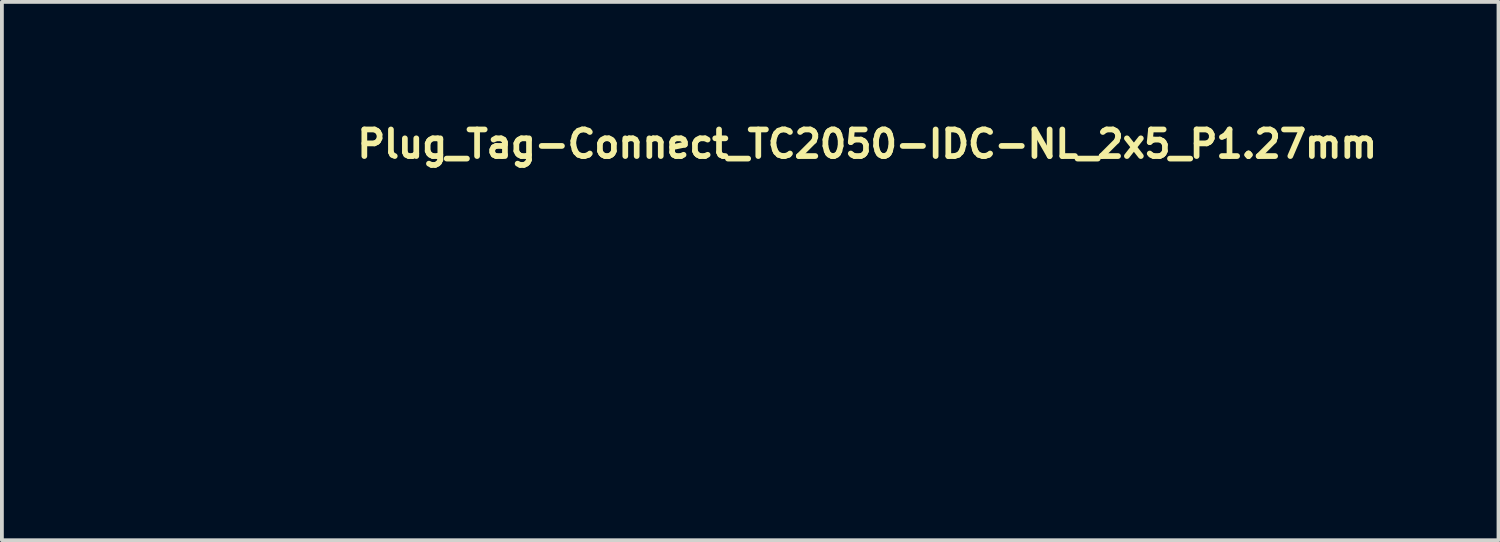
<source format=kicad_pcb>
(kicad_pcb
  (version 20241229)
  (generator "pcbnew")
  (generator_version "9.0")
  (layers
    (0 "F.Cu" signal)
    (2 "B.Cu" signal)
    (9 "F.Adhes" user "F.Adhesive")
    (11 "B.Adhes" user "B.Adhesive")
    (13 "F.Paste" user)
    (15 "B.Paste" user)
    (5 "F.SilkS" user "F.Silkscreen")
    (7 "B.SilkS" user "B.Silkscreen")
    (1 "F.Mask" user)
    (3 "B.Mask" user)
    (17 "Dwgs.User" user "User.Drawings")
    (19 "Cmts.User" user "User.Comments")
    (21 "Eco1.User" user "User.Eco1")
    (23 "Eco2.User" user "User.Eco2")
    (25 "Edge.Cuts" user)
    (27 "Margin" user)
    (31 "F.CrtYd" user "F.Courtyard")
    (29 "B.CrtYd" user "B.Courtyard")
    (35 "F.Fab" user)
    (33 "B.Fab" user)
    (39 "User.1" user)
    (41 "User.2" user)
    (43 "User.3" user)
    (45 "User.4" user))
  (footprint "Plug_Tag-Connect_TC2050-IDC-NL_2x5_P1.27mm"
    (layer "F.Cu")
    (at 6.272 4.75)
    (property "Reference" "Plug_Tag-Connect_TC2050-IDC-NL_2x5_P1.27mm" (at 0 -3.6 0) (layer "F.SilkS") (effects (font (size 0.7 0.7) (thickness 0.15)) (justify left bottom)))
    (attr exclude_from_pos_files exclude_from_bom)
    (fp_line (start -6.222 -0.07) (end -6.214 -0.211) (stroke (width 0.1) (type solid)) (layer "User.9"))
    (fp_line (start -6.222 0.07) (end -6.222 -0.07) (stroke (width 0.1) (type solid)) (layer "User.9"))
    (fp_line (start -6.214 -0.211) (end -6.199 -0.35) (stroke (width 0.1) (type solid)) (layer "User.9"))
    (fp_line (start -6.214 0.211) (end -6.222 0.07) (stroke (width 0.1) (type solid)) (layer "User.9"))
    (fp_line (start -6.199 -0.35) (end -6.176 -0.489) (stroke (width 0.1) (type solid)) (layer "User.9"))
    (fp_line (start -6.199 0.35) (end -6.214 0.211) (stroke (width 0.1) (type solid)) (layer "User.9"))
    (fp_line (start -6.176 -0.489) (end -6.145 -0.626) (stroke (width 0.1) (type solid)) (layer "User.9"))
    (fp_line (start -6.176 0.489) (end -6.199 0.35) (stroke (width 0.1) (type solid)) (layer "User.9"))
    (fp_line (start -6.145 -0.626) (end -6.106 -0.761) (stroke (width 0.1) (type solid)) (layer "User.9"))
    (fp_line (start -6.145 0.626) (end -6.176 0.489) (stroke (width 0.1) (type solid)) (layer "User.9"))
    (fp_line (start -6.106 -0.761) (end -6.06 -0.894) (stroke (width 0.1) (type solid)) (layer "User.9"))
    (fp_line (start -6.106 0.761) (end -6.145 0.626) (stroke (width 0.1) (type solid)) (layer "User.9"))
    (fp_line (start -6.06 -0.894) (end -6.007 -1.024) (stroke (width 0.1) (type solid)) (layer "User.9"))
    (fp_line (start -6.06 0.894) (end -6.106 0.761) (stroke (width 0.1) (type solid)) (layer "User.9"))
    (fp_line (start -6.007 -1.024) (end -5.947 -1.151) (stroke (width 0.1) (type solid)) (layer "User.9"))
    (fp_line (start -6.007 1.024) (end -6.06 0.894) (stroke (width 0.1) (type solid)) (layer "User.9"))
    (fp_line (start -5.947 -1.151) (end -5.88 -1.275) (stroke (width 0.1) (type solid)) (layer "User.9"))
    (fp_line (start -5.947 1.151) (end -6.007 1.024) (stroke (width 0.1) (type solid)) (layer "User.9"))
    (fp_line (start -5.88 -1.275) (end -5.806 -1.394) (stroke (width 0.1) (type solid)) (layer "User.9"))
    (fp_line (start -5.88 1.275) (end -5.947 1.151) (stroke (width 0.1) (type solid)) (layer "User.9"))
    (fp_line (start -5.806 -1.394) (end -5.726 -1.51) (stroke (width 0.1) (type solid)) (layer "User.9"))
    (fp_line (start -5.806 1.394) (end -5.88 1.275) (stroke (width 0.1) (type solid)) (layer "User.9"))
    (fp_line (start -5.726 -1.51) (end -5.639 -1.62) (stroke (width 0.1) (type solid)) (layer "User.9"))
    (fp_line (start -5.726 1.51) (end -5.806 1.394) (stroke (width 0.1) (type solid)) (layer "User.9"))
    (fp_line (start -5.639 -1.62) (end -5.547 -1.726) (stroke (width 0.1) (type solid)) (layer "User.9"))
    (fp_line (start -5.639 1.62) (end -5.726 1.51) (stroke (width 0.1) (type solid)) (layer "User.9"))
    (fp_line (start -5.547 -1.726) (end -5.448 -1.826) (stroke (width 0.1) (type solid)) (layer "User.9"))
    (fp_line (start -5.547 1.726) (end -5.639 1.62) (stroke (width 0.1) (type solid)) (layer "User.9"))
    (fp_line (start -5.522 -0.06) (end -5.522 0.06) (stroke (width 0.1) (type solid)) (layer "User.9"))
    (fp_line (start -5.522 0.06) (end -5.514 0.179) (stroke (width 0.1) (type solid)) (layer "User.9"))
    (fp_line (start -5.514 -0.179) (end -5.522 -0.06) (stroke (width 0.1) (type solid)) (layer "User.9"))
    (fp_line (start -5.514 0.179) (end -5.499 0.297) (stroke (width 0.1) (type solid)) (layer "User.9"))
    (fp_line (start -5.499 -0.297) (end -5.514 -0.179) (stroke (width 0.1) (type solid)) (layer "User.9"))
    (fp_line (start -5.499 0.297) (end -5.476 0.414) (stroke (width 0.1) (type solid)) (layer "User.9"))
    (fp_line (start -5.476 -0.414) (end -5.499 -0.297) (stroke (width 0.1) (type solid)) (layer "User.9"))
    (fp_line (start -5.476 0.414) (end -5.445 0.529) (stroke (width 0.1) (type solid)) (layer "User.9"))
    (fp_line (start -5.448 -1.826) (end -5.344 -1.921) (stroke (width 0.1) (type solid)) (layer "User.9"))
    (fp_line (start -5.448 1.826) (end -5.547 1.726) (stroke (width 0.1) (type solid)) (layer "User.9"))
    (fp_line (start -5.445 -0.529) (end -5.476 -0.414) (stroke (width 0.1) (type solid)) (layer "User.9"))
    (fp_line (start -5.445 0.529) (end -5.407 0.642) (stroke (width 0.1) (type solid)) (layer "User.9"))
    (fp_line (start -5.407 -0.642) (end -5.445 -0.529) (stroke (width 0.1) (type solid)) (layer "User.9"))
    (fp_line (start -5.407 0.642) (end -5.362 0.753) (stroke (width 0.1) (type solid)) (layer "User.9"))
    (fp_line (start -5.362 -0.753) (end -5.407 -0.642) (stroke (width 0.1) (type solid)) (layer "User.9"))
    (fp_line (start -5.362 0.753) (end -5.31 0.86) (stroke (width 0.1) (type solid)) (layer "User.9"))
    (fp_line (start -5.344 -1.921) (end -5.236 -2.01) (stroke (width 0.1) (type solid)) (layer "User.9"))
    (fp_line (start -5.344 1.921) (end -5.448 1.826) (stroke (width 0.1) (type solid)) (layer "User.9"))
    (fp_line (start -5.31 -0.86) (end -5.362 -0.753) (stroke (width 0.1) (type solid)) (layer "User.9"))
    (fp_line (start -5.31 0.86) (end -5.251 0.963) (stroke (width 0.1) (type solid)) (layer "User.9"))
    (fp_line (start -5.251 -0.963) (end -5.31 -0.86) (stroke (width 0.1) (type solid)) (layer "User.9"))
    (fp_line (start -5.251 0.963) (end -5.185 1.063) (stroke (width 0.1) (type solid)) (layer "User.9"))
    (fp_line (start -5.236 -2.01) (end -5.122 -2.093) (stroke (width 0.1) (type solid)) (layer "User.9"))
    (fp_line (start -5.236 2.01) (end -5.344 1.921) (stroke (width 0.1) (type solid)) (layer "User.9"))
    (fp_line (start -5.185 -1.063) (end -5.251 -0.963) (stroke (width 0.1) (type solid)) (layer "User.9"))
    (fp_line (start -5.185 1.063) (end -5.113 1.158) (stroke (width 0.1) (type solid)) (layer "User.9"))
    (fp_line (start -5.122 -2.093) (end -5.004 -2.169) (stroke (width 0.1) (type solid)) (layer "User.9"))
    (fp_line (start -5.122 2.093) (end -5.236 2.01) (stroke (width 0.1) (type solid)) (layer "User.9"))
    (fp_line (start -5.113 -1.158) (end -5.185 -1.063) (stroke (width 0.1) (type solid)) (layer "User.9"))
    (fp_line (start -5.113 1.158) (end -5.035 1.248) (stroke (width 0.1) (type solid)) (layer "User.9"))
    (fp_line (start -5.035 -1.248) (end -5.113 -1.158) (stroke (width 0.1) (type solid)) (layer "User.9"))
    (fp_line (start -5.035 1.248) (end -4.951 1.333) (stroke (width 0.1) (type solid)) (layer "User.9"))
    (fp_line (start -5.004 -2.169) (end -4.882 -2.239) (stroke (width 0.1) (type solid)) (layer "User.9"))
    (fp_line (start -5.004 2.169) (end -5.122 2.093) (stroke (width 0.1) (type solid)) (layer "User.9"))
    (fp_line (start -4.951 -1.333) (end -5.035 -1.248) (stroke (width 0.1) (type solid)) (layer "User.9"))
    (fp_line (start -4.951 1.333) (end -4.862 1.412) (stroke (width 0.1) (type solid)) (layer "User.9"))
    (fp_line (start -4.882 -2.239) (end -4.756 -2.302) (stroke (width 0.1) (type solid)) (layer "User.9"))
    (fp_line (start -4.882 2.239) (end -5.004 2.169) (stroke (width 0.1) (type solid)) (layer "User.9"))
    (fp_line (start -4.862 -1.412) (end -4.951 -1.333) (stroke (width 0.1) (type solid)) (layer "User.9"))
    (fp_line (start -4.862 1.412) (end -4.768 1.486) (stroke (width 0.1) (type solid)) (layer "User.9"))
    (fp_line (start -4.768 -1.486) (end -4.862 -1.412) (stroke (width 0.1) (type solid)) (layer "User.9"))
    (fp_line (start -4.768 1.486) (end -4.67 1.553) (stroke (width 0.1) (type solid)) (layer "User.9"))
    (fp_line (start -4.756 -2.302) (end -4.461 -1.668) (stroke (width 0.1) (type solid)) (layer "User.9"))
    (fp_line (start -4.756 -2.302) (end -2.152 -3.393) (stroke (width 0.1) (type solid)) (layer "User.9"))
    (fp_line (start -4.756 2.302) (end -4.882 2.239) (stroke (width 0.1) (type solid)) (layer "User.9"))
    (fp_line (start -4.756 2.302) (end -4.461 1.668) (stroke (width 0.1) (type solid)) (layer "User.9"))
    (fp_line (start -4.67 -1.553) (end -4.768 -1.486) (stroke (width 0.1) (type solid)) (layer "User.9"))
    (fp_line (start -4.67 1.553) (end -4.567 1.614) (stroke (width 0.1) (type solid)) (layer "User.9"))
    (fp_line (start -4.567 -1.614) (end -4.67 -1.553) (stroke (width 0.1) (type solid)) (layer "User.9"))
    (fp_line (start -4.567 1.614) (end -4.461 1.668) (stroke (width 0.1) (type solid)) (layer "User.9"))
    (fp_line (start -4.461 -1.668) (end -4.567 -1.614) (stroke (width 0.1) (type solid)) (layer "User.9"))
    (fp_line (start -4.461 1.668) (end -2.599 2.639) (stroke (width 0.1) (type solid)) (layer "User.9"))
    (fp_line (start -2.599 2.639) (end -2.109 2.642) (stroke (width 0.1) (type solid)) (layer "User.9"))
    (fp_line (start -2.539 3.36) (end -4.756 2.302) (stroke (width 0.1) (type solid)) (layer "User.9"))
    (fp_line (start -2.353 3.362) (end -2.539 3.36) (stroke (width 0.1) (type solid)) (layer "User.9"))
    (fp_line (start -2.152 -3.393) (end -1.91 -3.391) (stroke (width 0.1) (type solid)) (layer "User.9"))
    (fp_line (start -2.114 2.643) (end 4.318 2.666) (stroke (width 0.1) (type solid)) (layer "User.9"))
    (fp_line (start -2.103 -2.689) (end -4.461 -1.668) (stroke (width 0.1) (type solid)) (layer "User.9"))
    (fp_line (start -2.069 -3.392) (end 4.364 -3.369) (stroke (width 0.1) (type solid)) (layer "User.9"))
    (fp_line (start -1.97 -2.69) (end 4.462 -2.668) (stroke (width 0.1) (type solid)) (layer "User.9"))
    (fp_line (start -1.531 -2.69) (end -2.103 -2.689) (stroke (width 0.1) (type solid)) (layer "User.9"))
    (fp_line (start 4.318 -3.365) (end 4.438 -3.362) (stroke (width 0.1) (type solid)) (layer "User.9"))
    (fp_line (start 4.318 2.666) (end 4.413 2.662) (stroke (width 0.1) (type solid)) (layer "User.9"))
    (fp_line (start 4.318 3.365) (end -2.364 3.361) (stroke (width 0.1) (type solid)) (layer "User.9"))
    (fp_line (start 4.318 3.365) (end 4.318 2.666) (stroke (width 0.1) (type solid)) (layer "User.9"))
    (fp_line (start 4.413 2.662) (end 4.507 2.651) (stroke (width 0.1) (type solid)) (layer "User.9"))
    (fp_line (start 4.413 -2.662) (end 4.318 -2.665) (stroke (width 0.1) (type solid)) (layer "User.9"))
    (fp_line (start 4.438 -3.362) (end 4.557 -3.35) (stroke (width 0.1) (type solid)) (layer "User.9"))
    (fp_line (start 4.438 3.362) (end 4.318 3.365) (stroke (width 0.1) (type solid)) (layer "User.9"))
    (fp_line (start 4.507 2.651) (end 4.599 2.632) (stroke (width 0.1) (type solid)) (layer "User.9"))
    (fp_line (start 4.507 -2.651) (end 4.413 -2.662) (stroke (width 0.1) (type solid)) (layer "User.9"))
    (fp_line (start 4.557 -3.35) (end 4.675 -3.332) (stroke (width 0.1) (type solid)) (layer "User.9"))
    (fp_line (start 4.557 3.35) (end 4.438 3.362) (stroke (width 0.1) (type solid)) (layer "User.9"))
    (fp_line (start 4.599 2.632) (end 4.69 2.607) (stroke (width 0.1) (type solid)) (layer "User.9"))
    (fp_line (start 4.599 -2.632) (end 4.507 -2.651) (stroke (width 0.1) (type solid)) (layer "User.9"))
    (fp_line (start 4.675 -3.332) (end 4.792 -3.306) (stroke (width 0.1) (type solid)) (layer "User.9"))
    (fp_line (start 4.675 3.332) (end 4.557 3.35) (stroke (width 0.1) (type solid)) (layer "User.9"))
    (fp_line (start 4.69 2.607) (end 4.779 2.574) (stroke (width 0.1) (type solid)) (layer "User.9"))
    (fp_line (start 4.69 -2.607) (end 4.599 -2.632) (stroke (width 0.1) (type solid)) (layer "User.9"))
    (fp_line (start 4.779 2.574) (end 4.865 2.534) (stroke (width 0.1) (type solid)) (layer "User.9"))
    (fp_line (start 4.779 -2.574) (end 4.69 -2.607) (stroke (width 0.1) (type solid)) (layer "User.9"))
    (fp_line (start 4.792 -3.306) (end 4.907 -3.272) (stroke (width 0.1) (type solid)) (layer "User.9"))
    (fp_line (start 4.792 3.306) (end 4.675 3.332) (stroke (width 0.1) (type solid)) (layer "User.9"))
    (fp_line (start 4.865 2.534) (end 4.948 2.488) (stroke (width 0.1) (type solid)) (layer "User.9"))
    (fp_line (start 4.865 -2.534) (end 4.779 -2.574) (stroke (width 0.1) (type solid)) (layer "User.9"))
    (fp_line (start 4.907 -3.272) (end 5.019 -3.232) (stroke (width 0.1) (type solid)) (layer "User.9"))
    (fp_line (start 4.907 3.272) (end 4.792 3.306) (stroke (width 0.1) (type solid)) (layer "User.9"))
    (fp_line (start 4.948 2.488) (end 5.026 2.435) (stroke (width 0.1) (type solid)) (layer "User.9"))
    (fp_line (start 4.948 -2.488) (end 4.865 -2.534) (stroke (width 0.1) (type solid)) (layer "User.9"))
    (fp_line (start 5.019 -3.232) (end 5.129 -3.184) (stroke (width 0.1) (type solid)) (layer "User.9"))
    (fp_line (start 5.019 3.232) (end 4.907 3.272) (stroke (width 0.1) (type solid)) (layer "User.9"))
    (fp_line (start 5.026 2.435) (end 5.101 2.377) (stroke (width 0.1) (type solid)) (layer "User.9"))
    (fp_line (start 5.026 -2.435) (end 4.948 -2.488) (stroke (width 0.1) (type solid)) (layer "User.9"))
    (fp_line (start 5.101 2.377) (end 5.17 2.313) (stroke (width 0.1) (type solid)) (layer "User.9"))
    (fp_line (start 5.101 -2.377) (end 5.026 -2.435) (stroke (width 0.1) (type solid)) (layer "User.9"))
    (fp_line (start 5.129 -3.184) (end 5.236 -3.13) (stroke (width 0.1) (type solid)) (layer "User.9"))
    (fp_line (start 5.129 3.184) (end 5.019 3.232) (stroke (width 0.1) (type solid)) (layer "User.9"))
    (fp_line (start 5.17 2.313) (end 5.234 2.243) (stroke (width 0.1) (type solid)) (layer "User.9"))
    (fp_line (start 5.17 -2.313) (end 5.101 -2.377) (stroke (width 0.1) (type solid)) (layer "User.9"))
    (fp_line (start 5.234 2.243) (end 5.293 2.169) (stroke (width 0.1) (type solid)) (layer "User.9"))
    (fp_line (start 5.234 -2.243) (end 5.17 -2.313) (stroke (width 0.1) (type solid)) (layer "User.9"))
    (fp_line (start 5.236 -3.13) (end 5.339 -3.069) (stroke (width 0.1) (type solid)) (layer "User.9"))
    (fp_line (start 5.236 3.13) (end 5.129 3.184) (stroke (width 0.1) (type solid)) (layer "User.9"))
    (fp_line (start 5.293 2.169) (end 5.345 2.09) (stroke (width 0.1) (type solid)) (layer "User.9"))
    (fp_line (start 5.293 -2.169) (end 5.234 -2.243) (stroke (width 0.1) (type solid)) (layer "User.9"))
    (fp_line (start 5.339 -3.069) (end 5.438 -3.002) (stroke (width 0.1) (type solid)) (layer "User.9"))
    (fp_line (start 5.339 3.069) (end 5.236 3.13) (stroke (width 0.1) (type solid)) (layer "User.9"))
    (fp_line (start 5.345 2.09) (end 5.392 2.008) (stroke (width 0.1) (type solid)) (layer "User.9"))
    (fp_line (start 5.345 -2.09) (end 5.293 -2.169) (stroke (width 0.1) (type solid)) (layer "User.9"))
    (fp_line (start 5.392 2.008) (end 5.431 1.922) (stroke (width 0.1) (type solid)) (layer "User.9"))
    (fp_line (start 5.392 -2.008) (end 5.345 -2.09) (stroke (width 0.1) (type solid)) (layer "User.9"))
    (fp_line (start 5.431 1.922) (end 5.464 1.833) (stroke (width 0.1) (type solid)) (layer "User.9"))
    (fp_line (start 5.431 -1.922) (end 5.392 -2.008) (stroke (width 0.1) (type solid)) (layer "User.9"))
    (fp_line (start 5.438 -3.002) (end 5.532 -2.928) (stroke (width 0.1) (type solid)) (layer "User.9"))
    (fp_line (start 5.438 3.002) (end 5.339 3.069) (stroke (width 0.1) (type solid)) (layer "User.9"))
    (fp_line (start 5.464 1.833) (end 5.49 1.742) (stroke (width 0.1) (type solid)) (layer "User.9"))
    (fp_line (start 5.464 -1.833) (end 5.431 -1.922) (stroke (width 0.1) (type solid)) (layer "User.9"))
    (fp_line (start 5.49 1.742) (end 5.508 1.649) (stroke (width 0.1) (type solid)) (layer "User.9"))
    (fp_line (start 5.49 -1.742) (end 5.464 -1.833) (stroke (width 0.1) (type solid)) (layer "User.9"))
    (fp_line (start 5.508 1.649) (end 5.519 1.555) (stroke (width 0.1) (type solid)) (layer "User.9"))
    (fp_line (start 5.508 -1.649) (end 5.49 -1.742) (stroke (width 0.1) (type solid)) (layer "User.9"))
    (fp_line (start 5.519 1.555) (end 5.523 1.46) (stroke (width 0.1) (type solid)) (layer "User.9"))
    (fp_line (start 5.519 -1.555) (end 5.508 -1.649) (stroke (width 0.1) (type solid)) (layer "User.9"))
    (fp_line (start 5.523 -1.46) (end 5.519 -1.555) (stroke (width 0.1) (type solid)) (layer "User.9"))
    (fp_line (start 5.523 -1.46) (end 6.223 -1.46) (stroke (width 0.1) (type solid)) (layer "User.9"))
    (fp_line (start 5.523 1.46) (end 5.523 -1.46) (stroke (width 0.1) (type solid)) (layer "User.9"))
    (fp_line (start 5.523 1.46) (end 6.223 1.46) (stroke (width 0.1) (type solid)) (layer "User.9"))
    (fp_line (start 5.532 -2.928) (end 5.622 -2.849) (stroke (width 0.1) (type solid)) (layer "User.9"))
    (fp_line (start 5.532 2.928) (end 5.438 3.002) (stroke (width 0.1) (type solid)) (layer "User.9"))
    (fp_line (start 5.622 -2.849) (end 5.707 -2.765) (stroke (width 0.1) (type solid)) (layer "User.9"))
    (fp_line (start 5.622 2.849) (end 5.532 2.928) (stroke (width 0.1) (type solid)) (layer "User.9"))
    (fp_line (start 5.707 -2.765) (end 5.786 -2.675) (stroke (width 0.1) (type solid)) (layer "User.9"))
    (fp_line (start 5.707 2.765) (end 5.622 2.849) (stroke (width 0.1) (type solid)) (layer "User.9"))
    (fp_line (start 5.786 -2.675) (end 5.859 -2.58) (stroke (width 0.1) (type solid)) (layer "User.9"))
    (fp_line (start 5.786 2.675) (end 5.707 2.765) (stroke (width 0.1) (type solid)) (layer "User.9"))
    (fp_line (start 5.859 -2.58) (end 5.926 -2.481) (stroke (width 0.1) (type solid)) (layer "User.9"))
    (fp_line (start 5.859 2.58) (end 5.786 2.675) (stroke (width 0.1) (type solid)) (layer "User.9"))
    (fp_line (start 5.926 -2.481) (end 5.987 -2.378) (stroke (width 0.1) (type solid)) (layer "User.9"))
    (fp_line (start 5.926 2.481) (end 5.859 2.58) (stroke (width 0.1) (type solid)) (layer "User.9"))
    (fp_line (start 5.987 -2.378) (end 6.042 -2.272) (stroke (width 0.1) (type solid)) (layer "User.9"))
    (fp_line (start 5.987 2.378) (end 5.926 2.481) (stroke (width 0.1) (type solid)) (layer "User.9"))
    (fp_line (start 6.042 -2.272) (end 6.089 -2.162) (stroke (width 0.1) (type solid)) (layer "User.9"))
    (fp_line (start 6.042 2.272) (end 5.987 2.378) (stroke (width 0.1) (type solid)) (layer "User.9"))
    (fp_line (start 6.089 -2.162) (end 6.13 -2.049) (stroke (width 0.1) (type solid)) (layer "User.9"))
    (fp_line (start 6.089 2.162) (end 6.042 2.272) (stroke (width 0.1) (type solid)) (layer "User.9"))
    (fp_line (start 6.13 -2.049) (end 6.163 -1.934) (stroke (width 0.1) (type solid)) (layer "User.9"))
    (fp_line (start 6.13 2.049) (end 6.089 2.162) (stroke (width 0.1) (type solid)) (layer "User.9"))
    (fp_line (start 6.163 -1.934) (end 6.189 -1.817) (stroke (width 0.1) (type solid)) (layer "User.9"))
    (fp_line (start 6.163 1.934) (end 6.13 2.049) (stroke (width 0.1) (type solid)) (layer "User.9"))
    (fp_line (start 6.189 -1.817) (end 6.208 -1.699) (stroke (width 0.1) (type solid)) (layer "User.9"))
    (fp_line (start 6.189 1.817) (end 6.163 1.934) (stroke (width 0.1) (type solid)) (layer "User.9"))
    (fp_line (start 6.208 -1.699) (end 6.219 -1.58) (stroke (width 0.1) (type solid)) (layer "User.9"))
    (fp_line (start 6.208 1.699) (end 6.189 1.817) (stroke (width 0.1) (type solid)) (layer "User.9"))
    (fp_line (start 6.219 -1.58) (end 6.223 -1.46) (stroke (width 0.1) (type solid)) (layer "User.9"))
    (fp_line (start 6.219 1.58) (end 6.208 1.699) (stroke (width 0.1) (type solid)) (layer "User.9"))
    (fp_line (start 6.223 -1.46) (end 6.223 1.46) (stroke (width 0.1) (type solid)) (layer "User.9"))
    (fp_line (start 6.223 1.46) (end 6.219 1.58) (stroke (width 0.1) (type solid)) (layer "User.9"))
    (fp_circle (center -3.81 0) (end -3.31 0) (stroke (width 0.02) (type default)) (fill no) (layer "User.9"))
    (fp_circle (center 3.81 -1.01) (end 4.31 -1.01) (stroke (width 0.02) (type default)) (fill no) (layer "User.9"))
    (fp_circle (center 3.81 1.02) (end 4.31 1.02) (stroke (width 0.02) (type default)) (fill no) (layer "User.9")))
  (gr_rect
    (start -3 -3)
    (end 36.382 11.165)
    (stroke (width 0.1) (type default))
    (fill no)
    (layer "Edge.Cuts")))
</source>
